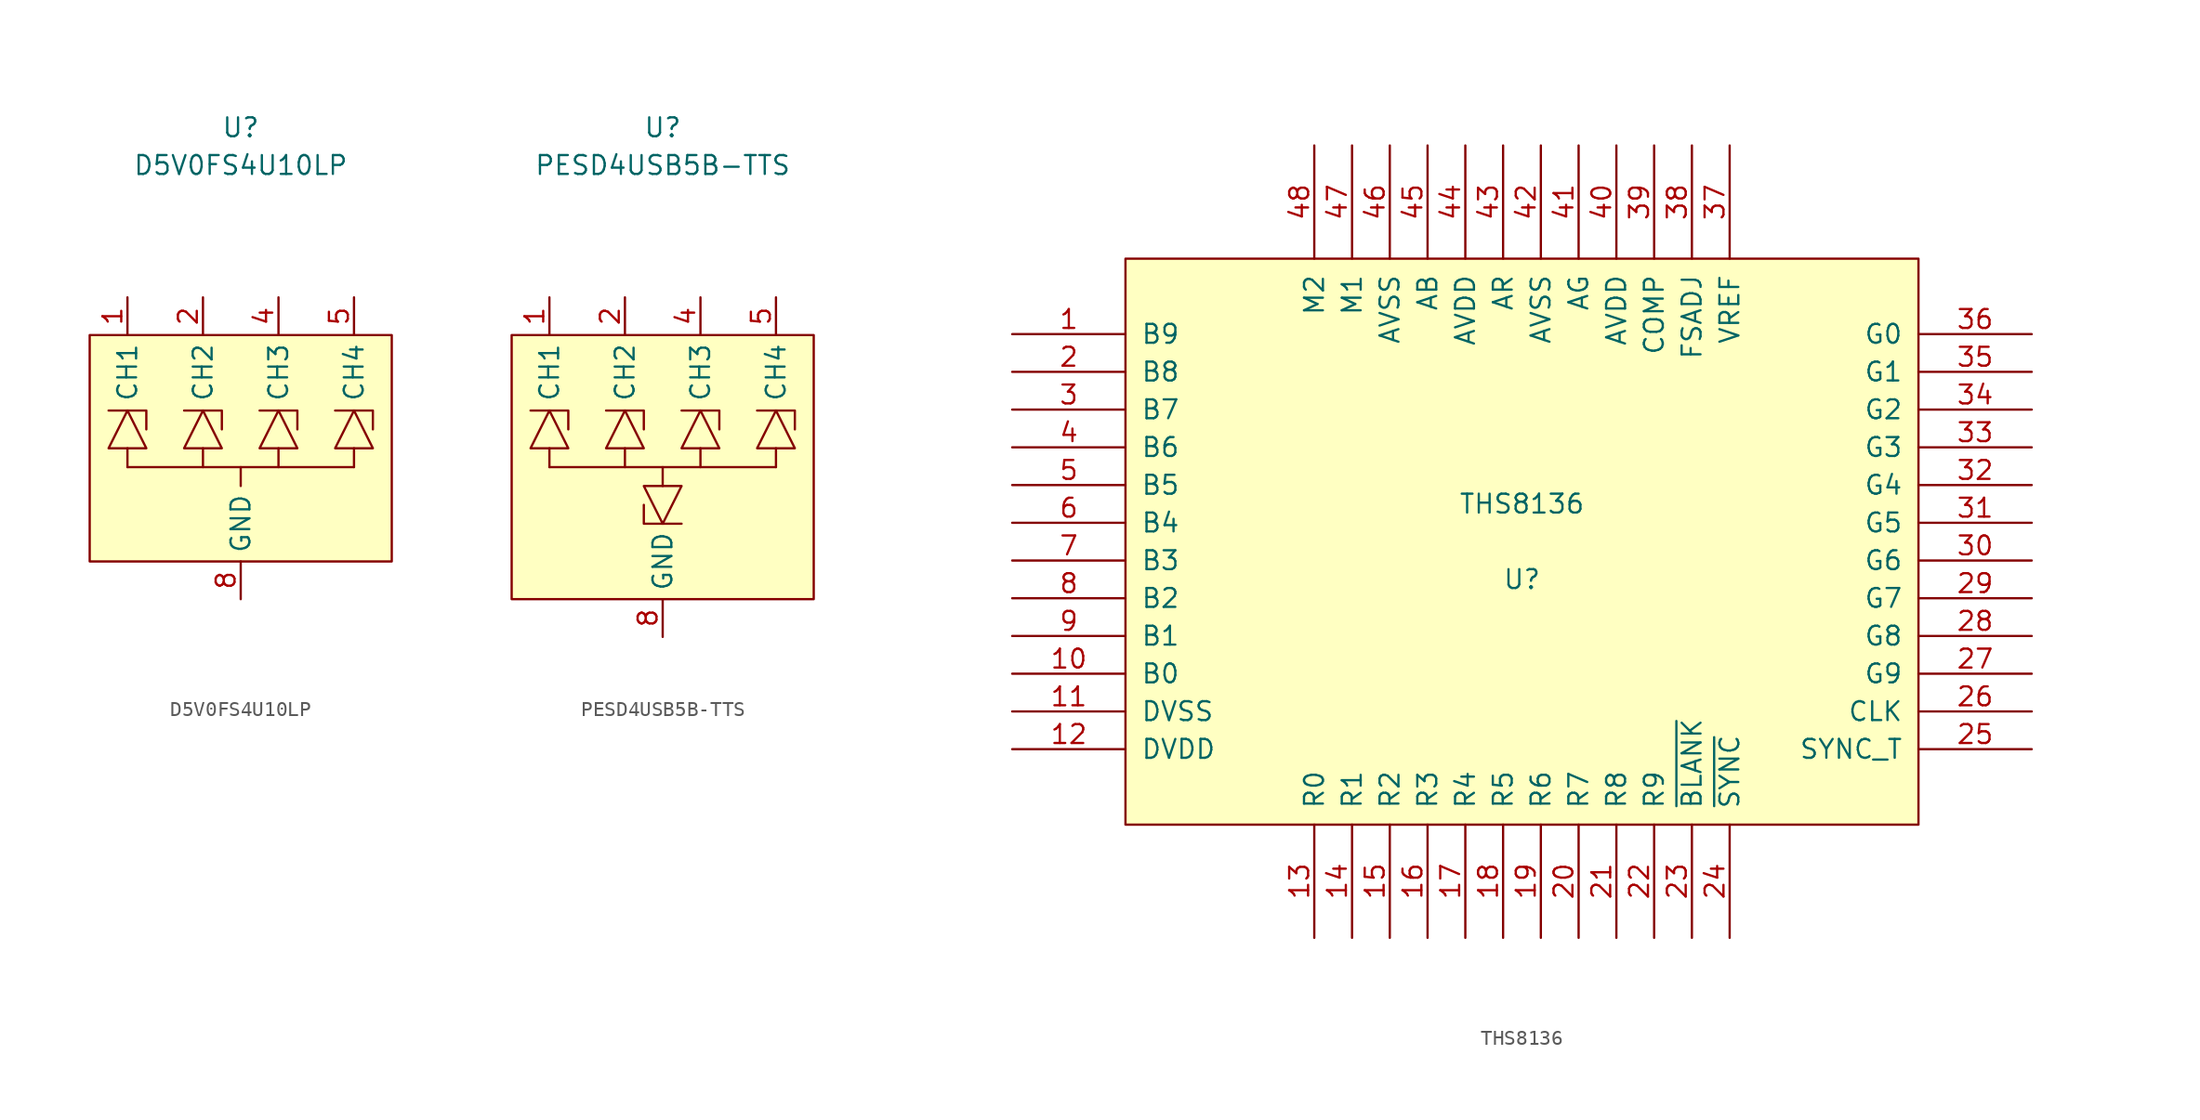
<source format=kicad_sym>
(kicad_symbol_lib
  (version 20211014)
  (generator kicad_symbol_editor)
  (symbol "D5V0FS4U10LP"
    (property "Reference" "U"
      (at 0 21.59 0)
      (effects (font (size 1.27 1.27))))
    (property "Value" "D5V0FS4U10LP"
      (at 0 19.05 0)
      (effects (font (size 1.27 1.27))))
    (symbol "D5V0FS4U10LP_0_1"
      (rectangle (start -10.16 7.62) (end 10.16 -7.62) (stroke (width 0) (type default) (color 0 0 0 0)) (fill (type background)))
      (polyline (pts (xy -7.62 0) (xy -7.62 -1.27)) (stroke (width 0) (type default) (color 0 0 0 0)) (fill (type none)))
      (polyline (pts (xy -2.54 0) (xy -2.54 -1.27)) (stroke (width 0) (type default) (color 0 0 0 0)) (fill (type none)))
      (polyline (pts (xy 0 -2.54) (xy 0 -1.27)) (stroke (width 0) (type default) (color 0 0 0 0)) (fill (type none)))
      (polyline (pts (xy 2.54 0) (xy 2.54 -1.27)) (stroke (width 0) (type default) (color 0 0 0 0)) (fill (type none)))
      (polyline (pts (xy 7.62 -1.27) (xy -7.62 -1.27)) (stroke (width 0) (type default) (color 0 0 0 0)) (fill (type none)))
      (polyline (pts (xy 7.62 0) (xy 7.62 -1.27)) (stroke (width 0) (type default) (color 0 0 0 0)) (fill (type none)))
      (polyline (pts (xy -8.89 2.54) (xy -6.35 2.54) (xy -6.35 1.27)) (stroke (width 0) (type default) (color 0 0 0 0)) (fill (type none)))
      (polyline (pts (xy -3.81 2.54) (xy -1.27 2.54) (xy -1.27 1.27)) (stroke (width 0) (type default) (color 0 0 0 0)) (fill (type none)))
      (polyline (pts (xy 1.27 2.54) (xy 3.81 2.54) (xy 3.81 1.27)) (stroke (width 0) (type default) (color 0 0 0 0)) (fill (type none)))
      (polyline (pts (xy 6.35 2.54) (xy 8.89 2.54) (xy 8.89 1.27)) (stroke (width 0) (type default) (color 0 0 0 0)) (fill (type none)))
      (polyline (pts (xy -8.89 0) (xy -6.35 0) (xy -7.62 2.54) (xy -8.89 0)) (stroke (width 0) (type default) (color 0 0 0 0)) (fill (type none)))
      (polyline (pts (xy -3.81 0) (xy -1.27 0) (xy -2.54 2.54) (xy -3.81 0)) (stroke (width 0) (type default) (color 0 0 0 0)) (fill (type none)))
      (polyline (pts (xy 1.27 0) (xy 3.81 0) (xy 2.54 2.54) (xy 1.27 0)) (stroke (width 0) (type default) (color 0 0 0 0)) (fill (type none)))
      (polyline (pts (xy 6.35 0) (xy 8.89 0) (xy 7.62 2.54) (xy 6.35 0)) (stroke (width 0) (type default) (color 0 0 0 0)) (fill (type none))))
    (symbol "D5V0FS4U10LP_1_1"
      (pin passive line (at -7.62 10.16 270) (length 2.54) (name "CH1" (effects (font (size 1.27 1.27)))) (number "1" (effects (font (size 1.27 1.27)))))
      (pin passive line (at -2.54 10.16 270) (length 2.54) (name "CH2" (effects (font (size 1.27 1.27)))) (number "2" (effects (font (size 1.27 1.27)))))
      (pin power_in line (at 0 -12.7 90) (length 2.54) hide (name "GND" (effects (font (size 1.27 1.27)))) (number "3" (effects (font (size 1.27 1.27)))))
      (pin passive line (at 2.54 10.16 270) (length 2.54) (name "CH3" (effects (font (size 1.27 1.27)))) (number "4" (effects (font (size 1.27 1.27)))))
      (pin passive line (at 7.62 10.16 270) (length 2.54) (name "CH4" (effects (font (size 1.27 1.27)))) (number "5" (effects (font (size 1.27 1.27)))))
      (pin power_in line (at 0 -10.16 90) (length 2.54) (name "GND" (effects (font (size 1.27 1.27)))) (number "8" (effects (font (size 1.27 1.27)))))))
  (symbol "PESD4USB5B-TTS"
    (property "Reference" "U"
      (at 0 22.86 0)
      (effects (font (size 1.27 1.27))))
    (property "Value" "PESD4USB5B-TTS"
      (at 0 20.32 0)
      (effects (font (size 1.27 1.27))))
    (symbol "PESD4USB5B-TTS_0_1"
      (rectangle (start -10.16 8.89) (end 10.16 -8.89) (stroke (width 0) (type default) (color 0 0 0 0)) (fill (type background)))
      (polyline (pts (xy -7.62 1.27) (xy -7.62 0)) (stroke (width 0) (type default) (color 0 0 0 0)) (fill (type none)))
      (polyline (pts (xy -2.54 1.27) (xy -2.54 0)) (stroke (width 0) (type default) (color 0 0 0 0)) (fill (type none)))
      (polyline (pts (xy 0 -1.27) (xy 0 0)) (stroke (width 0) (type default) (color 0 0 0 0)) (fill (type none)))
      (polyline (pts (xy 2.54 1.27) (xy 2.54 0)) (stroke (width 0) (type default) (color 0 0 0 0)) (fill (type none)))
      (polyline (pts (xy 7.62 0) (xy -7.62 0)) (stroke (width 0) (type default) (color 0 0 0 0)) (fill (type none)))
      (polyline (pts (xy 7.62 1.27) (xy 7.62 0)) (stroke (width 0) (type default) (color 0 0 0 0)) (fill (type none)))
      (polyline (pts (xy -8.89 3.81) (xy -6.35 3.81) (xy -6.35 2.54)) (stroke (width 0) (type default) (color 0 0 0 0)) (fill (type none)))
      (polyline (pts (xy -3.81 3.81) (xy -1.27 3.81) (xy -1.27 2.54)) (stroke (width 0) (type default) (color 0 0 0 0)) (fill (type none)))
      (polyline (pts (xy 1.27 -3.81) (xy -1.27 -3.81) (xy -1.27 -2.54)) (stroke (width 0) (type default) (color 0 0 0 0)) (fill (type none)))
      (polyline (pts (xy 1.27 3.81) (xy 3.81 3.81) (xy 3.81 2.54)) (stroke (width 0) (type default) (color 0 0 0 0)) (fill (type none)))
      (polyline (pts (xy 6.35 3.81) (xy 8.89 3.81) (xy 8.89 2.54)) (stroke (width 0) (type default) (color 0 0 0 0)) (fill (type none)))
      (polyline (pts (xy -8.89 1.27) (xy -6.35 1.27) (xy -7.62 3.81) (xy -8.89 1.27)) (stroke (width 0) (type default) (color 0 0 0 0)) (fill (type none)))
      (polyline (pts (xy -3.81 1.27) (xy -1.27 1.27) (xy -2.54 3.81) (xy -3.81 1.27)) (stroke (width 0) (type default) (color 0 0 0 0)) (fill (type none)))
      (polyline (pts (xy 1.27 -1.27) (xy -1.27 -1.27) (xy 0 -3.81) (xy 1.27 -1.27)) (stroke (width 0) (type default) (color 0 0 0 0)) (fill (type none)))
      (polyline (pts (xy 1.27 1.27) (xy 3.81 1.27) (xy 2.54 3.81) (xy 1.27 1.27)) (stroke (width 0) (type default) (color 0 0 0 0)) (fill (type none)))
      (polyline (pts (xy 6.35 1.27) (xy 8.89 1.27) (xy 7.62 3.81) (xy 6.35 1.27)) (stroke (width 0) (type default) (color 0 0 0 0)) (fill (type none))))
    (symbol "PESD4USB5B-TTS_1_1"
      (pin passive line (at -7.62 11.43 270) (length 2.54) (name "CH1" (effects (font (size 1.27 1.27)))) (number "1" (effects (font (size 1.27 1.27)))))
      (pin passive line (at -2.54 11.43 270) (length 2.54) (name "CH2" (effects (font (size 1.27 1.27)))) (number "2" (effects (font (size 1.27 1.27)))))
      (pin power_in line (at 0 -11.43 90) (length 2.54) hide (name "GND" (effects (font (size 1.27 1.27)))) (number "3" (effects (font (size 1.27 1.27)))))
      (pin passive line (at 2.54 11.43 270) (length 2.54) (name "CH3" (effects (font (size 1.27 1.27)))) (number "4" (effects (font (size 1.27 1.27)))))
      (pin passive line (at 7.62 11.43 270) (length 2.54) (name "CH4" (effects (font (size 1.27 1.27)))) (number "5" (effects (font (size 1.27 1.27)))))
      (pin power_in line (at 0 -11.43 90) (length 2.54) (name "GND" (effects (font (size 1.27 1.27)))) (number "8" (effects (font (size 1.27 1.27)))))))
  (symbol "THS8136"
    (pin_names
      (offset 1.016))
    (property "Reference" "U"
      (at 0 -2.54 0)
      (effects (font (size 1.27 1.27))))
    (property "Value" "THS8136"
      (at 0 2.54 0)
      (effects (font (size 1.27 1.27))))
    (symbol "THS8136_1_0"
      (rectangle (start -26.67 -19.05) (end 26.67 19.05) (stroke (width 0) (type default) (color 0 0 0 0)) (fill (type background))))
    (symbol "THS8136_1_1"
      (pin input line (at -34.29 13.97 0) (length 7.62) (name "B9" (effects (font (size 1.27 1.27)))) (number "1" (effects (font (size 1.27 1.27)))))
      (pin input line (at -34.29 -8.89 0) (length 7.62) (name "B0" (effects (font (size 1.27 1.27)))) (number "10" (effects (font (size 1.27 1.27)))))
      (pin power_in line (at -34.29 -11.43 0) (length 7.62) (name "DVSS" (effects (font (size 1.27 1.27)))) (number "11" (effects (font (size 1.27 1.27)))))
      (pin power_in line (at -34.29 -13.97 0) (length 7.62) (name "DVDD" (effects (font (size 1.27 1.27)))) (number "12" (effects (font (size 1.27 1.27)))))
      (pin input line (at -13.97 -26.67 90) (length 7.62) (name "R0" (effects (font (size 1.27 1.27)))) (number "13" (effects (font (size 1.27 1.27)))))
      (pin input line (at -11.43 -26.67 90) (length 7.62) (name "R1" (effects (font (size 1.27 1.27)))) (number "14" (effects (font (size 1.27 1.27)))))
      (pin input line (at -8.89 -26.67 90) (length 7.62) (name "R2" (effects (font (size 1.27 1.27)))) (number "15" (effects (font (size 1.27 1.27)))))
      (pin input line (at -6.35 -26.67 90) (length 7.62) (name "R3" (effects (font (size 1.27 1.27)))) (number "16" (effects (font (size 1.27 1.27)))))
      (pin input line (at -3.81 -26.67 90) (length 7.62) (name "R4" (effects (font (size 1.27 1.27)))) (number "17" (effects (font (size 1.27 1.27)))))
      (pin input line (at -1.27 -26.67 90) (length 7.62) (name "R5" (effects (font (size 1.27 1.27)))) (number "18" (effects (font (size 1.27 1.27)))))
      (pin input line (at 1.27 -26.67 90) (length 7.62) (name "R6" (effects (font (size 1.27 1.27)))) (number "19" (effects (font (size 1.27 1.27)))))
      (pin input line (at -34.29 11.43 0) (length 7.62) (name "B8" (effects (font (size 1.27 1.27)))) (number "2" (effects (font (size 1.27 1.27)))))
      (pin input line (at 3.81 -26.67 90) (length 7.62) (name "R7" (effects (font (size 1.27 1.27)))) (number "20" (effects (font (size 1.27 1.27)))))
      (pin input line (at 6.35 -26.67 90) (length 7.62) (name "R8" (effects (font (size 1.27 1.27)))) (number "21" (effects (font (size 1.27 1.27)))))
      (pin input line (at 8.89 -26.67 90) (length 7.62) (name "R9" (effects (font (size 1.27 1.27)))) (number "22" (effects (font (size 1.27 1.27)))))
      (pin input line (at 11.43 -26.67 90) (length 7.62) (name "~{BLANK}" (effects (font (size 1.27 1.27)))) (number "23" (effects (font (size 1.27 1.27)))))
      (pin input line (at 13.97 -26.67 90) (length 7.62) (name "~{SYNC}" (effects (font (size 1.27 1.27)))) (number "24" (effects (font (size 1.27 1.27)))))
      (pin input line (at 34.29 -13.97 180) (length 7.62) (name "SYNC_T" (effects (font (size 1.27 1.27)))) (number "25" (effects (font (size 1.27 1.27)))))
      (pin input line (at 34.29 -11.43 180) (length 7.62) (name "CLK" (effects (font (size 1.27 1.27)))) (number "26" (effects (font (size 1.27 1.27)))))
      (pin input line (at 34.29 -8.89 180) (length 7.62) (name "G9" (effects (font (size 1.27 1.27)))) (number "27" (effects (font (size 1.27 1.27)))))
      (pin input line (at 34.29 -6.35 180) (length 7.62) (name "G8" (effects (font (size 1.27 1.27)))) (number "28" (effects (font (size 1.27 1.27)))))
      (pin input line (at 34.29 -3.81 180) (length 7.62) (name "G7" (effects (font (size 1.27 1.27)))) (number "29" (effects (font (size 1.27 1.27)))))
      (pin input line (at -34.29 8.89 0) (length 7.62) (name "B7" (effects (font (size 1.27 1.27)))) (number "3" (effects (font (size 1.27 1.27)))))
      (pin input line (at 34.29 -1.27 180) (length 7.62) (name "G6" (effects (font (size 1.27 1.27)))) (number "30" (effects (font (size 1.27 1.27)))))
      (pin input line (at 34.29 1.27 180) (length 7.62) (name "G5" (effects (font (size 1.27 1.27)))) (number "31" (effects (font (size 1.27 1.27)))))
      (pin input line (at 34.29 3.81 180) (length 7.62) (name "G4" (effects (font (size 1.27 1.27)))) (number "32" (effects (font (size 1.27 1.27)))))
      (pin input line (at 34.29 6.35 180) (length 7.62) (name "G3" (effects (font (size 1.27 1.27)))) (number "33" (effects (font (size 1.27 1.27)))))
      (pin input line (at 34.29 8.89 180) (length 7.62) (name "G2" (effects (font (size 1.27 1.27)))) (number "34" (effects (font (size 1.27 1.27)))))
      (pin input line (at 34.29 11.43 180) (length 7.62) (name "G1" (effects (font (size 1.27 1.27)))) (number "35" (effects (font (size 1.27 1.27)))))
      (pin input line (at 34.29 13.97 180) (length 7.62) (name "G0" (effects (font (size 1.27 1.27)))) (number "36" (effects (font (size 1.27 1.27)))))
      (pin output line (at 13.97 26.67 270) (length 7.62) (name "VREF" (effects (font (size 1.27 1.27)))) (number "37" (effects (font (size 1.27 1.27)))))
      (pin passive line (at 11.43 26.67 270) (length 7.62) (name "FSADJ" (effects (font (size 1.27 1.27)))) (number "38" (effects (font (size 1.27 1.27)))))
      (pin output line (at 8.89 26.67 270) (length 7.62) (name "COMP" (effects (font (size 1.27 1.27)))) (number "39" (effects (font (size 1.27 1.27)))))
      (pin input line (at -34.29 6.35 0) (length 7.62) (name "B6" (effects (font (size 1.27 1.27)))) (number "4" (effects (font (size 1.27 1.27)))))
      (pin power_in line (at 6.35 26.67 270) (length 7.62) (name "AVDD" (effects (font (size 1.27 1.27)))) (number "40" (effects (font (size 1.27 1.27)))))
      (pin output line (at 3.81 26.67 270) (length 7.62) (name "AG" (effects (font (size 1.27 1.27)))) (number "41" (effects (font (size 1.27 1.27)))))
      (pin power_in line (at 1.27 26.67 270) (length 7.62) (name "AVSS" (effects (font (size 1.27 1.27)))) (number "42" (effects (font (size 1.27 1.27)))))
      (pin output line (at -1.27 26.67 270) (length 7.62) (name "AR" (effects (font (size 1.27 1.27)))) (number "43" (effects (font (size 1.27 1.27)))))
      (pin power_in line (at -3.81 26.67 270) (length 7.62) (name "AVDD" (effects (font (size 1.27 1.27)))) (number "44" (effects (font (size 1.27 1.27)))))
      (pin output line (at -6.35 26.67 270) (length 7.62) (name "AB" (effects (font (size 1.27 1.27)))) (number "45" (effects (font (size 1.27 1.27)))))
      (pin power_in line (at -8.89 26.67 270) (length 7.62) (name "AVSS" (effects (font (size 1.27 1.27)))) (number "46" (effects (font (size 1.27 1.27)))))
      (pin input line (at -11.43 26.67 270) (length 7.62) (name "M1" (effects (font (size 1.27 1.27)))) (number "47" (effects (font (size 1.27 1.27)))))
      (pin input line (at -13.97 26.67 270) (length 7.62) (name "M2" (effects (font (size 1.27 1.27)))) (number "48" (effects (font (size 1.27 1.27)))))
      (pin input line (at -34.29 3.81 0) (length 7.62) (name "B5" (effects (font (size 1.27 1.27)))) (number "5" (effects (font (size 1.27 1.27)))))
      (pin input line (at -34.29 1.27 0) (length 7.62) (name "B4" (effects (font (size 1.27 1.27)))) (number "6" (effects (font (size 1.27 1.27)))))
      (pin input line (at -34.29 -1.27 0) (length 7.62) (name "B3" (effects (font (size 1.27 1.27)))) (number "7" (effects (font (size 1.27 1.27)))))
      (pin input line (at -34.29 -3.81 0) (length 7.62) (name "B2" (effects (font (size 1.27 1.27)))) (number "8" (effects (font (size 1.27 1.27)))))
      (pin input line (at -34.29 -6.35 0) (length 7.62) (name "B1" (effects (font (size 1.27 1.27)))) (number "9" (effects (font (size 1.27 1.27))))))))
</source>
